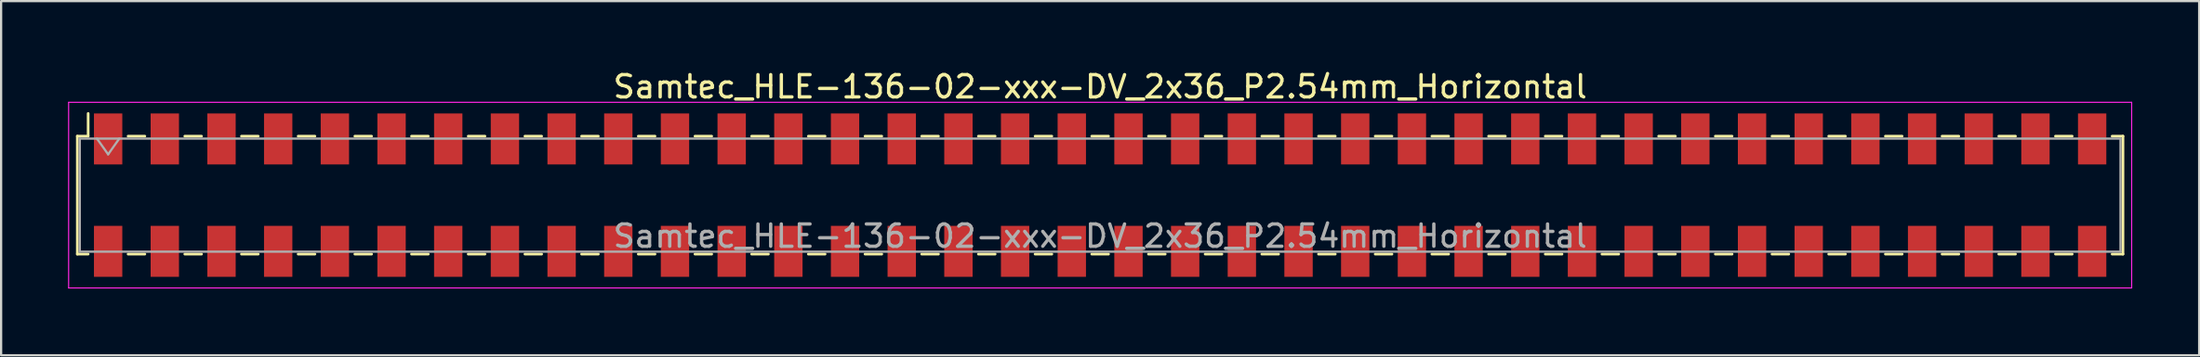
<source format=kicad_pcb>
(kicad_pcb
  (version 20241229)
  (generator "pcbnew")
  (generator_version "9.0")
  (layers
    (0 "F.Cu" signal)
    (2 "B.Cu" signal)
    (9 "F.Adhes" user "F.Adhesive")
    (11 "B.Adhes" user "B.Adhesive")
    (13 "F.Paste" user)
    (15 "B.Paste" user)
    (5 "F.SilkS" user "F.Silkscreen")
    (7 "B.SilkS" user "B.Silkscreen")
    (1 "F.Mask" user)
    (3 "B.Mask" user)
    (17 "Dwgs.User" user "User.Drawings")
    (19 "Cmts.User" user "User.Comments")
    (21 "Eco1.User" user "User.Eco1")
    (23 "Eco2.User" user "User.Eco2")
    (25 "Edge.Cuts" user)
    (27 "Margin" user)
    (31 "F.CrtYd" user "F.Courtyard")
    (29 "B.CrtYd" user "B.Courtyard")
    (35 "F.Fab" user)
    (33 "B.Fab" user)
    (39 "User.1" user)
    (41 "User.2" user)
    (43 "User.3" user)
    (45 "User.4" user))
  (footprint "Samtec_HLE-136-02-xxx-DV_2x36_P2.54mm_Horizontal"
    (layer "F.Cu")
    (at 46.245 5.718)
    (property "Reference" "Samtec_HLE-136-02-xxx-DV_2x36_P2.54mm_Horizontal" (at 0 -4.87 0) (layer "F.SilkS") (effects (font (size 1 1) (thickness 0.15))))
    (attr smd)
    (fp_line (start -45.83 -2.65) (end -45.83 2.65) (stroke (width 0.12) (type solid)) (layer "F.SilkS"))
    (fp_line (start -45.83 2.65) (end -45.345 2.65) (stroke (width 0.12) (type solid)) (layer "F.SilkS"))
    (fp_line (start -45.345 -3.67) (end -45.345 -2.65) (stroke (width 0.12) (type solid)) (layer "F.SilkS"))
    (fp_line (start -45.345 -2.65) (end -45.83 -2.65) (stroke (width 0.12) (type solid)) (layer "F.SilkS"))
    (fp_line (start -43.555 -2.65) (end -42.805 -2.65) (stroke (width 0.12) (type solid)) (layer "F.SilkS"))
    (fp_line (start -43.555 2.65) (end -42.805 2.65) (stroke (width 0.12) (type solid)) (layer "F.SilkS"))
    (fp_line (start -41.015 -2.65) (end -40.265 -2.65) (stroke (width 0.12) (type solid)) (layer "F.SilkS"))
    (fp_line (start -41.015 2.65) (end -40.265 2.65) (stroke (width 0.12) (type solid)) (layer "F.SilkS"))
    (fp_line (start -38.475 -2.65) (end -37.725 -2.65) (stroke (width 0.12) (type solid)) (layer "F.SilkS"))
    (fp_line (start -38.475 2.65) (end -37.725 2.65) (stroke (width 0.12) (type solid)) (layer "F.SilkS"))
    (fp_line (start -35.935 -2.65) (end -35.185 -2.65) (stroke (width 0.12) (type solid)) (layer "F.SilkS"))
    (fp_line (start -35.935 2.65) (end -35.185 2.65) (stroke (width 0.12) (type solid)) (layer "F.SilkS"))
    (fp_line (start -33.395 -2.65) (end -32.645 -2.65) (stroke (width 0.12) (type solid)) (layer "F.SilkS"))
    (fp_line (start -33.395 2.65) (end -32.645 2.65) (stroke (width 0.12) (type solid)) (layer "F.SilkS"))
    (fp_line (start -30.855 -2.65) (end -30.105 -2.65) (stroke (width 0.12) (type solid)) (layer "F.SilkS"))
    (fp_line (start -30.855 2.65) (end -30.105 2.65) (stroke (width 0.12) (type solid)) (layer "F.SilkS"))
    (fp_line (start -28.315 -2.65) (end -27.565 -2.65) (stroke (width 0.12) (type solid)) (layer "F.SilkS"))
    (fp_line (start -28.315 2.65) (end -27.565 2.65) (stroke (width 0.12) (type solid)) (layer "F.SilkS"))
    (fp_line (start -25.775 -2.65) (end -25.025 -2.65) (stroke (width 0.12) (type solid)) (layer "F.SilkS"))
    (fp_line (start -25.775 2.65) (end -25.025 2.65) (stroke (width 0.12) (type solid)) (layer "F.SilkS"))
    (fp_line (start -23.235 -2.65) (end -22.485 -2.65) (stroke (width 0.12) (type solid)) (layer "F.SilkS"))
    (fp_line (start -23.235 2.65) (end -22.485 2.65) (stroke (width 0.12) (type solid)) (layer "F.SilkS"))
    (fp_line (start -20.695 -2.65) (end -19.945 -2.65) (stroke (width 0.12) (type solid)) (layer "F.SilkS"))
    (fp_line (start -20.695 2.65) (end -19.945 2.65) (stroke (width 0.12) (type solid)) (layer "F.SilkS"))
    (fp_line (start -18.155 -2.65) (end -17.405 -2.65) (stroke (width 0.12) (type solid)) (layer "F.SilkS"))
    (fp_line (start -18.155 2.65) (end -17.405 2.65) (stroke (width 0.12) (type solid)) (layer "F.SilkS"))
    (fp_line (start -15.615 -2.65) (end -14.865 -2.65) (stroke (width 0.12) (type solid)) (layer "F.SilkS"))
    (fp_line (start -15.615 2.65) (end -14.865 2.65) (stroke (width 0.12) (type solid)) (layer "F.SilkS"))
    (fp_line (start -13.075 -2.65) (end -12.325 -2.65) (stroke (width 0.12) (type solid)) (layer "F.SilkS"))
    (fp_line (start -13.075 2.65) (end -12.325 2.65) (stroke (width 0.12) (type solid)) (layer "F.SilkS"))
    (fp_line (start -10.535 -2.65) (end -9.785 -2.65) (stroke (width 0.12) (type solid)) (layer "F.SilkS"))
    (fp_line (start -10.535 2.65) (end -9.785 2.65) (stroke (width 0.12) (type solid)) (layer "F.SilkS"))
    (fp_line (start -7.995 -2.65) (end -7.245 -2.65) (stroke (width 0.12) (type solid)) (layer "F.SilkS"))
    (fp_line (start -7.995 2.65) (end -7.245 2.65) (stroke (width 0.12) (type solid)) (layer "F.SilkS"))
    (fp_line (start -5.455 -2.65) (end -4.705 -2.65) (stroke (width 0.12) (type solid)) (layer "F.SilkS"))
    (fp_line (start -5.455 2.65) (end -4.705 2.65) (stroke (width 0.12) (type solid)) (layer "F.SilkS"))
    (fp_line (start -2.915 -2.65) (end -2.165 -2.65) (stroke (width 0.12) (type solid)) (layer "F.SilkS"))
    (fp_line (start -2.915 2.65) (end -2.165 2.65) (stroke (width 0.12) (type solid)) (layer "F.SilkS"))
    (fp_line (start -0.375 -2.65) (end 0.375 -2.65) (stroke (width 0.12) (type solid)) (layer "F.SilkS"))
    (fp_line (start -0.375 2.65) (end 0.375 2.65) (stroke (width 0.12) (type solid)) (layer "F.SilkS"))
    (fp_line (start 2.165 -2.65) (end 2.915 -2.65) (stroke (width 0.12) (type solid)) (layer "F.SilkS"))
    (fp_line (start 2.165 2.65) (end 2.915 2.65) (stroke (width 0.12) (type solid)) (layer "F.SilkS"))
    (fp_line (start 4.705 -2.65) (end 5.455 -2.65) (stroke (width 0.12) (type solid)) (layer "F.SilkS"))
    (fp_line (start 4.705 2.65) (end 5.455 2.65) (stroke (width 0.12) (type solid)) (layer "F.SilkS"))
    (fp_line (start 7.245 -2.65) (end 7.995 -2.65) (stroke (width 0.12) (type solid)) (layer "F.SilkS"))
    (fp_line (start 7.245 2.65) (end 7.995 2.65) (stroke (width 0.12) (type solid)) (layer "F.SilkS"))
    (fp_line (start 9.785 -2.65) (end 10.535 -2.65) (stroke (width 0.12) (type solid)) (layer "F.SilkS"))
    (fp_line (start 9.785 2.65) (end 10.535 2.65) (stroke (width 0.12) (type solid)) (layer "F.SilkS"))
    (fp_line (start 12.325 -2.65) (end 13.075 -2.65) (stroke (width 0.12) (type solid)) (layer "F.SilkS"))
    (fp_line (start 12.325 2.65) (end 13.075 2.65) (stroke (width 0.12) (type solid)) (layer "F.SilkS"))
    (fp_line (start 14.865 -2.65) (end 15.615 -2.65) (stroke (width 0.12) (type solid)) (layer "F.SilkS"))
    (fp_line (start 14.865 2.65) (end 15.615 2.65) (stroke (width 0.12) (type solid)) (layer "F.SilkS"))
    (fp_line (start 17.405 -2.65) (end 18.155 -2.65) (stroke (width 0.12) (type solid)) (layer "F.SilkS"))
    (fp_line (start 17.405 2.65) (end 18.155 2.65) (stroke (width 0.12) (type solid)) (layer "F.SilkS"))
    (fp_line (start 19.945 -2.65) (end 20.695 -2.65) (stroke (width 0.12) (type solid)) (layer "F.SilkS"))
    (fp_line (start 19.945 2.65) (end 20.695 2.65) (stroke (width 0.12) (type solid)) (layer "F.SilkS"))
    (fp_line (start 22.485 -2.65) (end 23.235 -2.65) (stroke (width 0.12) (type solid)) (layer "F.SilkS"))
    (fp_line (start 22.485 2.65) (end 23.235 2.65) (stroke (width 0.12) (type solid)) (layer "F.SilkS"))
    (fp_line (start 25.025 -2.65) (end 25.775 -2.65) (stroke (width 0.12) (type solid)) (layer "F.SilkS"))
    (fp_line (start 25.025 2.65) (end 25.775 2.65) (stroke (width 0.12) (type solid)) (layer "F.SilkS"))
    (fp_line (start 27.565 -2.65) (end 28.315 -2.65) (stroke (width 0.12) (type solid)) (layer "F.SilkS"))
    (fp_line (start 27.565 2.65) (end 28.315 2.65) (stroke (width 0.12) (type solid)) (layer "F.SilkS"))
    (fp_line (start 30.105 -2.65) (end 30.855 -2.65) (stroke (width 0.12) (type solid)) (layer "F.SilkS"))
    (fp_line (start 30.105 2.65) (end 30.855 2.65) (stroke (width 0.12) (type solid)) (layer "F.SilkS"))
    (fp_line (start 32.645 -2.65) (end 33.395 -2.65) (stroke (width 0.12) (type solid)) (layer "F.SilkS"))
    (fp_line (start 32.645 2.65) (end 33.395 2.65) (stroke (width 0.12) (type solid)) (layer "F.SilkS"))
    (fp_line (start 35.185 -2.65) (end 35.935 -2.65) (stroke (width 0.12) (type solid)) (layer "F.SilkS"))
    (fp_line (start 35.185 2.65) (end 35.935 2.65) (stroke (width 0.12) (type solid)) (layer "F.SilkS"))
    (fp_line (start 37.725 -2.65) (end 38.475 -2.65) (stroke (width 0.12) (type solid)) (layer "F.SilkS"))
    (fp_line (start 37.725 2.65) (end 38.475 2.65) (stroke (width 0.12) (type solid)) (layer "F.SilkS"))
    (fp_line (start 40.265 -2.65) (end 41.015 -2.65) (stroke (width 0.12) (type solid)) (layer "F.SilkS"))
    (fp_line (start 40.265 2.65) (end 41.015 2.65) (stroke (width 0.12) (type solid)) (layer "F.SilkS"))
    (fp_line (start 42.805 -2.65) (end 43.555 -2.65) (stroke (width 0.12) (type solid)) (layer "F.SilkS"))
    (fp_line (start 42.805 2.65) (end 43.555 2.65) (stroke (width 0.12) (type solid)) (layer "F.SilkS"))
    (fp_line (start 45.345 -2.65) (end 45.83 -2.65) (stroke (width 0.12) (type solid)) (layer "F.SilkS"))
    (fp_line (start 45.83 -2.65) (end 45.83 2.65) (stroke (width 0.12) (type solid)) (layer "F.SilkS"))
    (fp_line (start 45.83 2.65) (end 45.345 2.65) (stroke (width 0.12) (type solid)) (layer "F.SilkS"))
    (fp_line (start -46.22 -4.17) (end 46.22 -4.17) (stroke (width 0.05) (type solid)) (layer "F.CrtYd"))
    (fp_line (start -46.22 4.17) (end -46.22 -4.17) (stroke (width 0.05) (type solid)) (layer "F.CrtYd"))
    (fp_line (start 46.22 -4.17) (end 46.22 4.17) (stroke (width 0.05) (type solid)) (layer "F.CrtYd"))
    (fp_line (start 46.22 4.17) (end -46.22 4.17) (stroke (width 0.05) (type solid)) (layer "F.CrtYd"))
    (fp_line (start -45.72 -2.54) (end 45.72 -2.54) (stroke (width 0.1) (type solid)) (layer "F.Fab"))
    (fp_line (start -45.72 2.54) (end -45.72 -2.54) (stroke (width 0.1) (type solid)) (layer "F.Fab"))
    (fp_line (start -44.95 -2.54) (end -44.45 -1.833) (stroke (width 0.1) (type solid)) (layer "F.Fab"))
    (fp_line (start -44.45 -1.833) (end -43.95 -2.54) (stroke (width 0.1) (type solid)) (layer "F.Fab"))
    (fp_line (start 45.72 -2.54) (end 45.72 2.54) (stroke (width 0.1) (type solid)) (layer "F.Fab"))
    (fp_line (start 45.72 2.54) (end -45.72 2.54) (stroke (width 0.1) (type solid)) (layer "F.Fab"))
    (fp_text user "${REFERENCE}" (at 0 1.84 0) (layer "F.Fab") (effects (font (size 1 1) (thickness 0.15))))
    (pad "1" smd rect (at -44.45 -2.525) (size 1.27 2.29) (layers "F.Cu" "F.Mask" "F.Paste"))
    (pad "2" smd rect (at -44.45 2.525) (size 1.27 2.29) (layers "F.Cu" "F.Mask" "F.Paste"))
    (pad "3" smd rect (at -41.91 -2.525) (size 1.27 2.29) (layers "F.Cu" "F.Mask" "F.Paste"))
    (pad "4" smd rect (at -41.91 2.525) (size 1.27 2.29) (layers "F.Cu" "F.Mask" "F.Paste"))
    (pad "5" smd rect (at -39.37 -2.525) (size 1.27 2.29) (layers "F.Cu" "F.Mask" "F.Paste"))
    (pad "6" smd rect (at -39.37 2.525) (size 1.27 2.29) (layers "F.Cu" "F.Mask" "F.Paste"))
    (pad "7" smd rect (at -36.83 -2.525) (size 1.27 2.29) (layers "F.Cu" "F.Mask" "F.Paste"))
    (pad "8" smd rect (at -36.83 2.525) (size 1.27 2.29) (layers "F.Cu" "F.Mask" "F.Paste"))
    (pad "9" smd rect (at -34.29 -2.525) (size 1.27 2.29) (layers "F.Cu" "F.Mask" "F.Paste"))
    (pad "10" smd rect (at -34.29 2.525) (size 1.27 2.29) (layers "F.Cu" "F.Mask" "F.Paste"))
    (pad "11" smd rect (at -31.75 -2.525) (size 1.27 2.29) (layers "F.Cu" "F.Mask" "F.Paste"))
    (pad "12" smd rect (at -31.75 2.525) (size 1.27 2.29) (layers "F.Cu" "F.Mask" "F.Paste"))
    (pad "13" smd rect (at -29.21 -2.525) (size 1.27 2.29) (layers "F.Cu" "F.Mask" "F.Paste"))
    (pad "14" smd rect (at -29.21 2.525) (size 1.27 2.29) (layers "F.Cu" "F.Mask" "F.Paste"))
    (pad "15" smd rect (at -26.67 -2.525) (size 1.27 2.29) (layers "F.Cu" "F.Mask" "F.Paste"))
    (pad "16" smd rect (at -26.67 2.525) (size 1.27 2.29) (layers "F.Cu" "F.Mask" "F.Paste"))
    (pad "17" smd rect (at -24.13 -2.525) (size 1.27 2.29) (layers "F.Cu" "F.Mask" "F.Paste"))
    (pad "18" smd rect (at -24.13 2.525) (size 1.27 2.29) (layers "F.Cu" "F.Mask" "F.Paste"))
    (pad "19" smd rect (at -21.59 -2.525) (size 1.27 2.29) (layers "F.Cu" "F.Mask" "F.Paste"))
    (pad "20" smd rect (at -21.59 2.525) (size 1.27 2.29) (layers "F.Cu" "F.Mask" "F.Paste"))
    (pad "21" smd rect (at -19.05 -2.525) (size 1.27 2.29) (layers "F.Cu" "F.Mask" "F.Paste"))
    (pad "22" smd rect (at -19.05 2.525) (size 1.27 2.29) (layers "F.Cu" "F.Mask" "F.Paste"))
    (pad "23" smd rect (at -16.51 -2.525) (size 1.27 2.29) (layers "F.Cu" "F.Mask" "F.Paste"))
    (pad "24" smd rect (at -16.51 2.525) (size 1.27 2.29) (layers "F.Cu" "F.Mask" "F.Paste"))
    (pad "25" smd rect (at -13.97 -2.525) (size 1.27 2.29) (layers "F.Cu" "F.Mask" "F.Paste"))
    (pad "26" smd rect (at -13.97 2.525) (size 1.27 2.29) (layers "F.Cu" "F.Mask" "F.Paste"))
    (pad "27" smd rect (at -11.43 -2.525) (size 1.27 2.29) (layers "F.Cu" "F.Mask" "F.Paste"))
    (pad "28" smd rect (at -11.43 2.525) (size 1.27 2.29) (layers "F.Cu" "F.Mask" "F.Paste"))
    (pad "29" smd rect (at -8.89 -2.525) (size 1.27 2.29) (layers "F.Cu" "F.Mask" "F.Paste"))
    (pad "30" smd rect (at -8.89 2.525) (size 1.27 2.29) (layers "F.Cu" "F.Mask" "F.Paste"))
    (pad "31" smd rect (at -6.35 -2.525) (size 1.27 2.29) (layers "F.Cu" "F.Mask" "F.Paste"))
    (pad "32" smd rect (at -6.35 2.525) (size 1.27 2.29) (layers "F.Cu" "F.Mask" "F.Paste"))
    (pad "33" smd rect (at -3.81 -2.525) (size 1.27 2.29) (layers "F.Cu" "F.Mask" "F.Paste"))
    (pad "34" smd rect (at -3.81 2.525) (size 1.27 2.29) (layers "F.Cu" "F.Mask" "F.Paste"))
    (pad "35" smd rect (at -1.27 -2.525) (size 1.27 2.29) (layers "F.Cu" "F.Mask" "F.Paste"))
    (pad "36" smd rect (at -1.27 2.525) (size 1.27 2.29) (layers "F.Cu" "F.Mask" "F.Paste"))
    (pad "37" smd rect (at 1.27 -2.525) (size 1.27 2.29) (layers "F.Cu" "F.Mask" "F.Paste"))
    (pad "38" smd rect (at 1.27 2.525) (size 1.27 2.29) (layers "F.Cu" "F.Mask" "F.Paste"))
    (pad "39" smd rect (at 3.81 -2.525) (size 1.27 2.29) (layers "F.Cu" "F.Mask" "F.Paste"))
    (pad "40" smd rect (at 3.81 2.525) (size 1.27 2.29) (layers "F.Cu" "F.Mask" "F.Paste"))
    (pad "41" smd rect (at 6.35 -2.525) (size 1.27 2.29) (layers "F.Cu" "F.Mask" "F.Paste"))
    (pad "42" smd rect (at 6.35 2.525) (size 1.27 2.29) (layers "F.Cu" "F.Mask" "F.Paste"))
    (pad "43" smd rect (at 8.89 -2.525) (size 1.27 2.29) (layers "F.Cu" "F.Mask" "F.Paste"))
    (pad "44" smd rect (at 8.89 2.525) (size 1.27 2.29) (layers "F.Cu" "F.Mask" "F.Paste"))
    (pad "45" smd rect (at 11.43 -2.525) (size 1.27 2.29) (layers "F.Cu" "F.Mask" "F.Paste"))
    (pad "46" smd rect (at 11.43 2.525) (size 1.27 2.29) (layers "F.Cu" "F.Mask" "F.Paste"))
    (pad "47" smd rect (at 13.97 -2.525) (size 1.27 2.29) (layers "F.Cu" "F.Mask" "F.Paste"))
    (pad "48" smd rect (at 13.97 2.525) (size 1.27 2.29) (layers "F.Cu" "F.Mask" "F.Paste"))
    (pad "49" smd rect (at 16.51 -2.525) (size 1.27 2.29) (layers "F.Cu" "F.Mask" "F.Paste"))
    (pad "50" smd rect (at 16.51 2.525) (size 1.27 2.29) (layers "F.Cu" "F.Mask" "F.Paste"))
    (pad "51" smd rect (at 19.05 -2.525) (size 1.27 2.29) (layers "F.Cu" "F.Mask" "F.Paste"))
    (pad "52" smd rect (at 19.05 2.525) (size 1.27 2.29) (layers "F.Cu" "F.Mask" "F.Paste"))
    (pad "53" smd rect (at 21.59 -2.525) (size 1.27 2.29) (layers "F.Cu" "F.Mask" "F.Paste"))
    (pad "54" smd rect (at 21.59 2.525) (size 1.27 2.29) (layers "F.Cu" "F.Mask" "F.Paste"))
    (pad "55" smd rect (at 24.13 -2.525) (size 1.27 2.29) (layers "F.Cu" "F.Mask" "F.Paste"))
    (pad "56" smd rect (at 24.13 2.525) (size 1.27 2.29) (layers "F.Cu" "F.Mask" "F.Paste"))
    (pad "57" smd rect (at 26.67 -2.525) (size 1.27 2.29) (layers "F.Cu" "F.Mask" "F.Paste"))
    (pad "58" smd rect (at 26.67 2.525) (size 1.27 2.29) (layers "F.Cu" "F.Mask" "F.Paste"))
    (pad "59" smd rect (at 29.21 -2.525) (size 1.27 2.29) (layers "F.Cu" "F.Mask" "F.Paste"))
    (pad "60" smd rect (at 29.21 2.525) (size 1.27 2.29) (layers "F.Cu" "F.Mask" "F.Paste"))
    (pad "61" smd rect (at 31.75 -2.525) (size 1.27 2.29) (layers "F.Cu" "F.Mask" "F.Paste"))
    (pad "62" smd rect (at 31.75 2.525) (size 1.27 2.29) (layers "F.Cu" "F.Mask" "F.Paste"))
    (pad "63" smd rect (at 34.29 -2.525) (size 1.27 2.29) (layers "F.Cu" "F.Mask" "F.Paste"))
    (pad "64" smd rect (at 34.29 2.525) (size 1.27 2.29) (layers "F.Cu" "F.Mask" "F.Paste"))
    (pad "65" smd rect (at 36.83 -2.525) (size 1.27 2.29) (layers "F.Cu" "F.Mask" "F.Paste"))
    (pad "66" smd rect (at 36.83 2.525) (size 1.27 2.29) (layers "F.Cu" "F.Mask" "F.Paste"))
    (pad "67" smd rect (at 39.37 -2.525) (size 1.27 2.29) (layers "F.Cu" "F.Mask" "F.Paste"))
    (pad "68" smd rect (at 39.37 2.525) (size 1.27 2.29) (layers "F.Cu" "F.Mask" "F.Paste"))
    (pad "69" smd rect (at 41.91 -2.525) (size 1.27 2.29) (layers "F.Cu" "F.Mask" "F.Paste"))
    (pad "70" smd rect (at 41.91 2.525) (size 1.27 2.29) (layers "F.Cu" "F.Mask" "F.Paste"))
    (pad "71" smd rect (at 44.45 -2.525) (size 1.27 2.29) (layers "F.Cu" "F.Mask" "F.Paste"))
    (pad "72" smd rect (at 44.45 2.525) (size 1.27 2.29) (layers "F.Cu" "F.Mask" "F.Paste")))
  (gr_rect
    (start -3 -3)
    (end 95.49 12.913)
    (stroke (width 0.1) (type default))
    (fill no)
    (layer "Edge.Cuts")))
</source>
